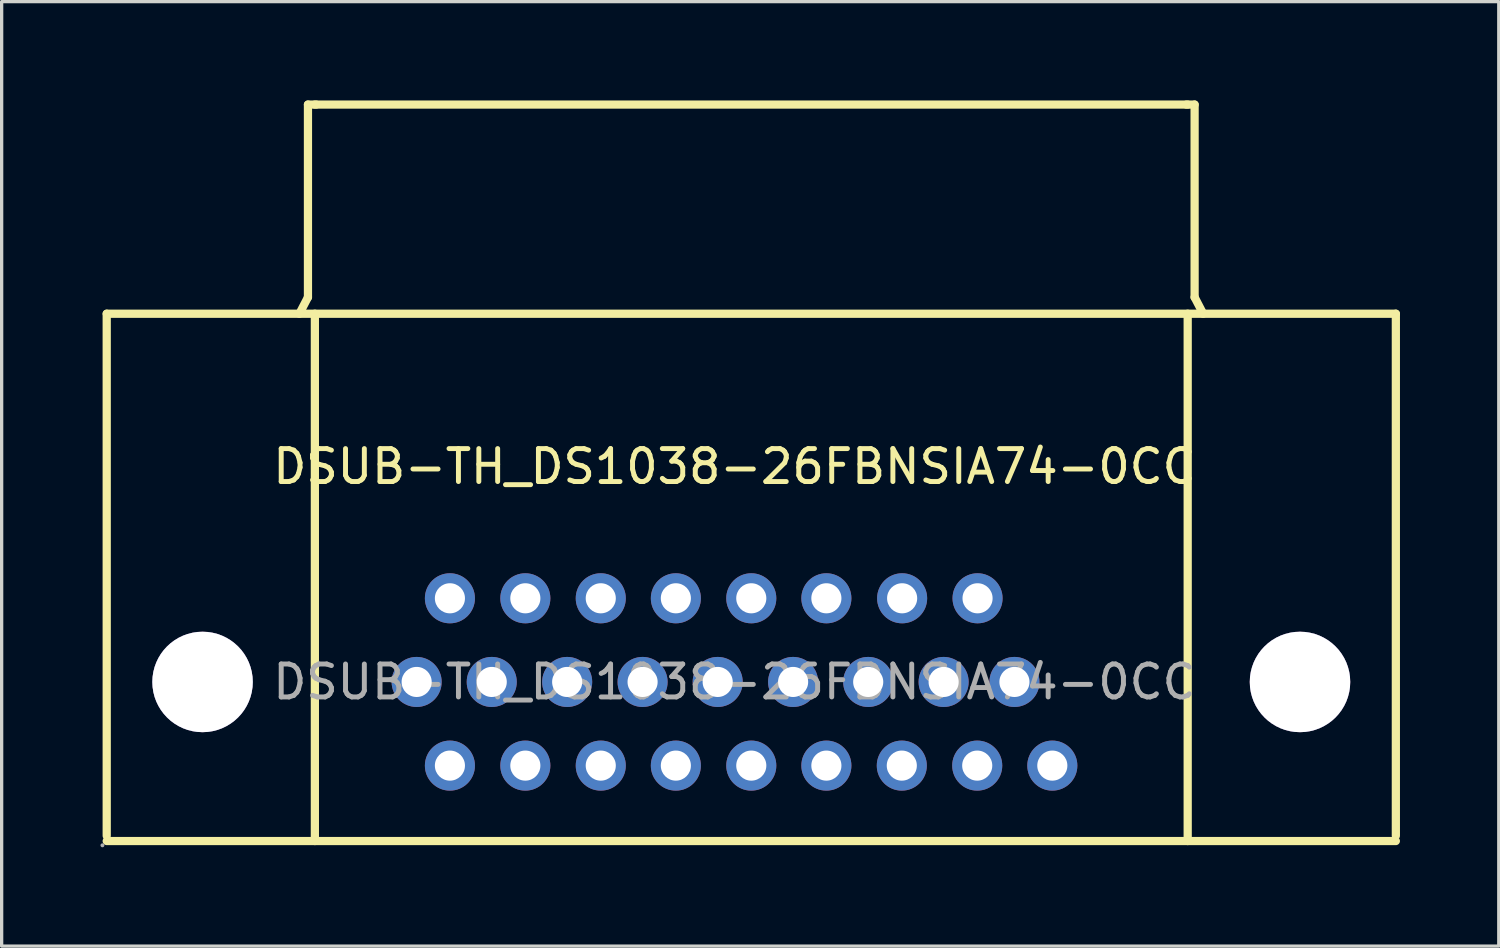
<source format=kicad_pcb>
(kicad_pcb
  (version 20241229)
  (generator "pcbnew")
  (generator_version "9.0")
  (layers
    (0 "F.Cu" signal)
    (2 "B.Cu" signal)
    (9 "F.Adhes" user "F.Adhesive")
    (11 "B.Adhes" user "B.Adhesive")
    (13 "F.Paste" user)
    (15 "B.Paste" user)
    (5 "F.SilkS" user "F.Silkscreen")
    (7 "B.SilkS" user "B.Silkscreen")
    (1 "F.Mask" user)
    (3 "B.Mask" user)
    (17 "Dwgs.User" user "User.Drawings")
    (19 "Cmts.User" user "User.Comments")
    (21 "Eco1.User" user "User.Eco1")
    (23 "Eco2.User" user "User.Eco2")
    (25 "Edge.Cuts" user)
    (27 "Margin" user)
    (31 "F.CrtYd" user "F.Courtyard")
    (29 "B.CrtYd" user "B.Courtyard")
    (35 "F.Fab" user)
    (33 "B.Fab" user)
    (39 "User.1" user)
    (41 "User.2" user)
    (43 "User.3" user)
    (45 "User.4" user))
  (footprint "DSUB-TH_DS1038-26FBNSIA74-0CC"
    (layer "F.Cu")
    (at 19.25 17.655)
    (property "Reference" "DSUB-TH_DS1038-26FBNSIA74-0CC" (at 0 -6.54 0) (layer "F.SilkS") (effects (font (size 1 1) (thickness 0.15))))
    (attr through_hole)
    (fp_line (start -19.06 -11.18) (end 20.08 -11.18) (stroke (width 0.25) (type solid)) (layer "F.SilkS"))
    (fp_line (start -19.06 4.67) (end -19.06 -11.18) (stroke (width 0.25) (type solid)) (layer "F.SilkS"))
    (fp_line (start -19.06 4.83) (end 20.08 4.83) (stroke (width 0.25) (type solid)) (layer "F.SilkS"))
    (fp_line (start -12.95 -17.53) (end -12.95 -11.68) (stroke (width 0.25) (type solid)) (layer "F.SilkS"))
    (fp_line (start -12.95 -11.68) (end -13.21 -11.18) (stroke (width 0.25) (type solid)) (layer "F.SilkS"))
    (fp_line (start -12.74 -17.53) (end 13.76 -17.53) (stroke (width 0.25) (type solid)) (layer "F.SilkS"))
    (fp_line (start -12.74 -11.18) (end -12.74 4.83) (stroke (width 0.25) (type solid)) (layer "F.SilkS"))
    (fp_line (start -12.7 -17.53) (end -12.95 -17.53) (stroke (width 0.25) (type solid)) (layer "F.SilkS"))
    (fp_line (start 13.72 -17.53) (end 13.97 -17.53) (stroke (width 0.25) (type solid)) (layer "F.SilkS"))
    (fp_line (start 13.76 -11.18) (end 13.76 4.83) (stroke (width 0.25) (type solid)) (layer "F.SilkS"))
    (fp_line (start 13.97 -17.53) (end 13.97 -11.68) (stroke (width 0.25) (type solid)) (layer "F.SilkS"))
    (fp_line (start 13.97 -11.68) (end 14.23 -11.18) (stroke (width 0.25) (type solid)) (layer "F.SilkS"))
    (fp_line (start 20.08 4.67) (end 20.08 -11.18) (stroke (width 0.25) (type solid)) (layer "F.SilkS"))
    (fp_circle (center -19.19 4.96) (end -19.16 4.96) (stroke (width 0.06) (type solid)) (fill no) (layer "F.Fab"))
    (fp_circle (center -16.15 0) (end -15.44 0) (stroke (width 1.42) (type solid)) (fill no) (layer "F.Fab"))
    (fp_circle (center -9.65 0) (end -9.47 0) (stroke (width 0.36) (type solid)) (fill no) (layer "F.Fab"))
    (fp_circle (center -8.64 -2.54) (end -8.46 -2.54) (stroke (width 0.36) (type solid)) (fill no) (layer "F.Fab"))
    (fp_circle (center -8.64 2.54) (end -8.46 2.54) (stroke (width 0.36) (type solid)) (fill no) (layer "F.Fab"))
    (fp_circle (center -7.37 0) (end -7.19 0) (stroke (width 0.36) (type solid)) (fill no) (layer "F.Fab"))
    (fp_circle (center -6.35 -2.54) (end -6.17 -2.54) (stroke (width 0.36) (type solid)) (fill no) (layer "F.Fab"))
    (fp_circle (center -6.35 2.54) (end -6.17 2.54) (stroke (width 0.36) (type solid)) (fill no) (layer "F.Fab"))
    (fp_circle (center -5.08 0) (end -4.9 0) (stroke (width 0.36) (type solid)) (fill no) (layer "F.Fab"))
    (fp_circle (center -4.06 -2.54) (end -3.88 -2.54) (stroke (width 0.36) (type solid)) (fill no) (layer "F.Fab"))
    (fp_circle (center -4.06 2.54) (end -3.88 2.54) (stroke (width 0.36) (type solid)) (fill no) (layer "F.Fab"))
    (fp_circle (center -2.79 0) (end -2.61 0) (stroke (width 0.36) (type solid)) (fill no) (layer "F.Fab"))
    (fp_circle (center -1.78 -2.54) (end -1.6 -2.54) (stroke (width 0.36) (type solid)) (fill no) (layer "F.Fab"))
    (fp_circle (center -1.78 2.54) (end -1.6 2.54) (stroke (width 0.36) (type solid)) (fill no) (layer "F.Fab"))
    (fp_circle (center -0.51 0) (end -0.33 0) (stroke (width 0.36) (type solid)) (fill no) (layer "F.Fab"))
    (fp_circle (center 0.51 -2.54) (end 0.69 -2.54) (stroke (width 0.36) (type solid)) (fill no) (layer "F.Fab"))
    (fp_circle (center 0.51 2.54) (end 0.69 2.54) (stroke (width 0.36) (type solid)) (fill no) (layer "F.Fab"))
    (fp_circle (center 1.78 0) (end 1.96 0) (stroke (width 0.36) (type solid)) (fill no) (layer "F.Fab"))
    (fp_circle (center 2.79 -2.54) (end 2.97 -2.54) (stroke (width 0.36) (type solid)) (fill no) (layer "F.Fab"))
    (fp_circle (center 2.79 2.54) (end 2.97 2.54) (stroke (width 0.36) (type solid)) (fill no) (layer "F.Fab"))
    (fp_circle (center 4.06 0) (end 4.24 0) (stroke (width 0.36) (type solid)) (fill no) (layer "F.Fab"))
    (fp_circle (center 5.08 2.54) (end 5.26 2.54) (stroke (width 0.36) (type solid)) (fill no) (layer "F.Fab"))
    (fp_circle (center 5.09 -2.54) (end 5.27 -2.54) (stroke (width 0.36) (type solid)) (fill no) (layer "F.Fab"))
    (fp_circle (center 6.35 0) (end 6.53 0) (stroke (width 0.36) (type solid)) (fill no) (layer "F.Fab"))
    (fp_circle (center 7.37 2.54) (end 7.55 2.54) (stroke (width 0.36) (type solid)) (fill no) (layer "F.Fab"))
    (fp_circle (center 7.38 -2.54) (end 7.56 -2.54) (stroke (width 0.36) (type solid)) (fill no) (layer "F.Fab"))
    (fp_circle (center 8.5 0) (end 8.68 0) (stroke (width 0.36) (type solid)) (fill no) (layer "F.Fab"))
    (fp_circle (center 9.65 2.54) (end 9.83 2.54) (stroke (width 0.36) (type solid)) (fill no) (layer "F.Fab"))
    (fp_circle (center 17.17 0) (end 17.88 0) (stroke (width 1.42) (type solid)) (fill no) (layer "F.Fab"))
    (fp_text user "${REFERENCE}" (at 0 0 0) (layer "F.Fab") (effects (font (size 1 1) (thickness 0.15))))
    (pad "" thru_hole circle (at -16.15 0) (size 3.05 3.05) (drill 3.05) (layers "*.Cu" "*.Mask"))
    (pad "" thru_hole circle (at 17.17 0) (size 3.05 3.05) (drill 3.05) (layers "*.Cu" "*.Mask"))
    (pad "1" thru_hole circle (at -8.64 2.54 180) (size 1.52 1.52) (drill 0.914) (layers "*.Cu" "*.Paste" "*.Mask"))
    (pad "2" thru_hole circle (at -6.35 2.54 180) (size 1.52 1.52) (drill 0.914) (layers "*.Cu" "*.Paste" "*.Mask"))
    (pad "3" thru_hole circle (at -4.06 2.54 180) (size 1.52 1.52) (drill 0.914) (layers "*.Cu" "*.Paste" "*.Mask"))
    (pad "4" thru_hole circle (at -1.78 2.54 180) (size 1.52 1.52) (drill 0.914) (layers "*.Cu" "*.Paste" "*.Mask"))
    (pad "5" thru_hole circle (at 0.51 2.54 180) (size 1.52 1.52) (drill 0.914) (layers "*.Cu" "*.Paste" "*.Mask"))
    (pad "6" thru_hole circle (at 2.79 2.54 180) (size 1.52 1.52) (drill 0.914) (layers "*.Cu" "*.Paste" "*.Mask"))
    (pad "7" thru_hole circle (at 5.08 2.54 180) (size 1.52 1.52) (drill 0.914) (layers "*.Cu" "*.Paste" "*.Mask"))
    (pad "8" thru_hole circle (at 7.37 2.54 180) (size 1.52 1.52) (drill 0.914) (layers "*.Cu" "*.Paste" "*.Mask"))
    (pad "9" thru_hole circle (at 9.65 2.54 180) (size 1.52 1.52) (drill 0.914) (layers "*.Cu" "*.Paste" "*.Mask"))
    (pad "10" thru_hole circle (at -9.65 0 180) (size 1.52 1.52) (drill 0.914) (layers "*.Cu" "*.Paste" "*.Mask"))
    (pad "11" thru_hole circle (at -7.37 0 180) (size 1.52 1.52) (drill 0.914) (layers "*.Cu" "*.Paste" "*.Mask"))
    (pad "12" thru_hole circle (at -5.08 0 180) (size 1.52 1.52) (drill 0.914) (layers "*.Cu" "*.Paste" "*.Mask"))
    (pad "13" thru_hole circle (at -2.79 0 180) (size 1.52 1.52) (drill 0.914) (layers "*.Cu" "*.Paste" "*.Mask"))
    (pad "14" thru_hole circle (at -0.51 0 180) (size 1.52 1.52) (drill 0.914) (layers "*.Cu" "*.Paste" "*.Mask"))
    (pad "15" thru_hole circle (at 1.78 0 180) (size 1.52 1.52) (drill 0.914) (layers "*.Cu" "*.Paste" "*.Mask"))
    (pad "16" thru_hole circle (at 4.06 0 180) (size 1.52 1.52) (drill 0.914) (layers "*.Cu" "*.Paste" "*.Mask"))
    (pad "17" thru_hole circle (at 6.35 0 180) (size 1.52 1.52) (drill 0.914) (layers "*.Cu" "*.Paste" "*.Mask"))
    (pad "18" thru_hole circle (at 8.5 0 180) (size 1.52 1.52) (drill 0.914) (layers "*.Cu" "*.Paste" "*.Mask"))
    (pad "19" thru_hole circle (at -8.64 -2.54) (size 1.52 1.52) (drill 0.914) (layers "*.Cu" "*.Paste" "*.Mask"))
    (pad "20" thru_hole circle (at -6.35 -2.54) (size 1.52 1.52) (drill 0.914) (layers "*.Cu" "*.Paste" "*.Mask"))
    (pad "21" thru_hole circle (at -4.06 -2.54) (size 1.52 1.52) (drill 0.914) (layers "*.Cu" "*.Paste" "*.Mask"))
    (pad "22" thru_hole circle (at -1.78 -2.54) (size 1.52 1.52) (drill 0.914) (layers "*.Cu" "*.Paste" "*.Mask"))
    (pad "23" thru_hole circle (at 0.51 -2.54) (size 1.52 1.52) (drill 0.914) (layers "*.Cu" "*.Paste" "*.Mask"))
    (pad "24" thru_hole circle (at 2.79 -2.54) (size 1.52 1.52) (drill 0.914) (layers "*.Cu" "*.Paste" "*.Mask"))
    (pad "25" thru_hole circle (at 5.09 -2.54) (size 1.52 1.52) (drill 0.914) (layers "*.Cu" "*.Paste" "*.Mask"))
    (pad "26" thru_hole circle (at 7.38 -2.54) (size 1.52 1.52) (drill 0.914) (layers "*.Cu" "*.Paste" "*.Mask")))
  (gr_rect
    (start -3 -3)
    (end 42.455 25.675)
    (stroke (width 0.1) (type default))
    (fill no)
    (layer "Edge.Cuts")))
</source>
